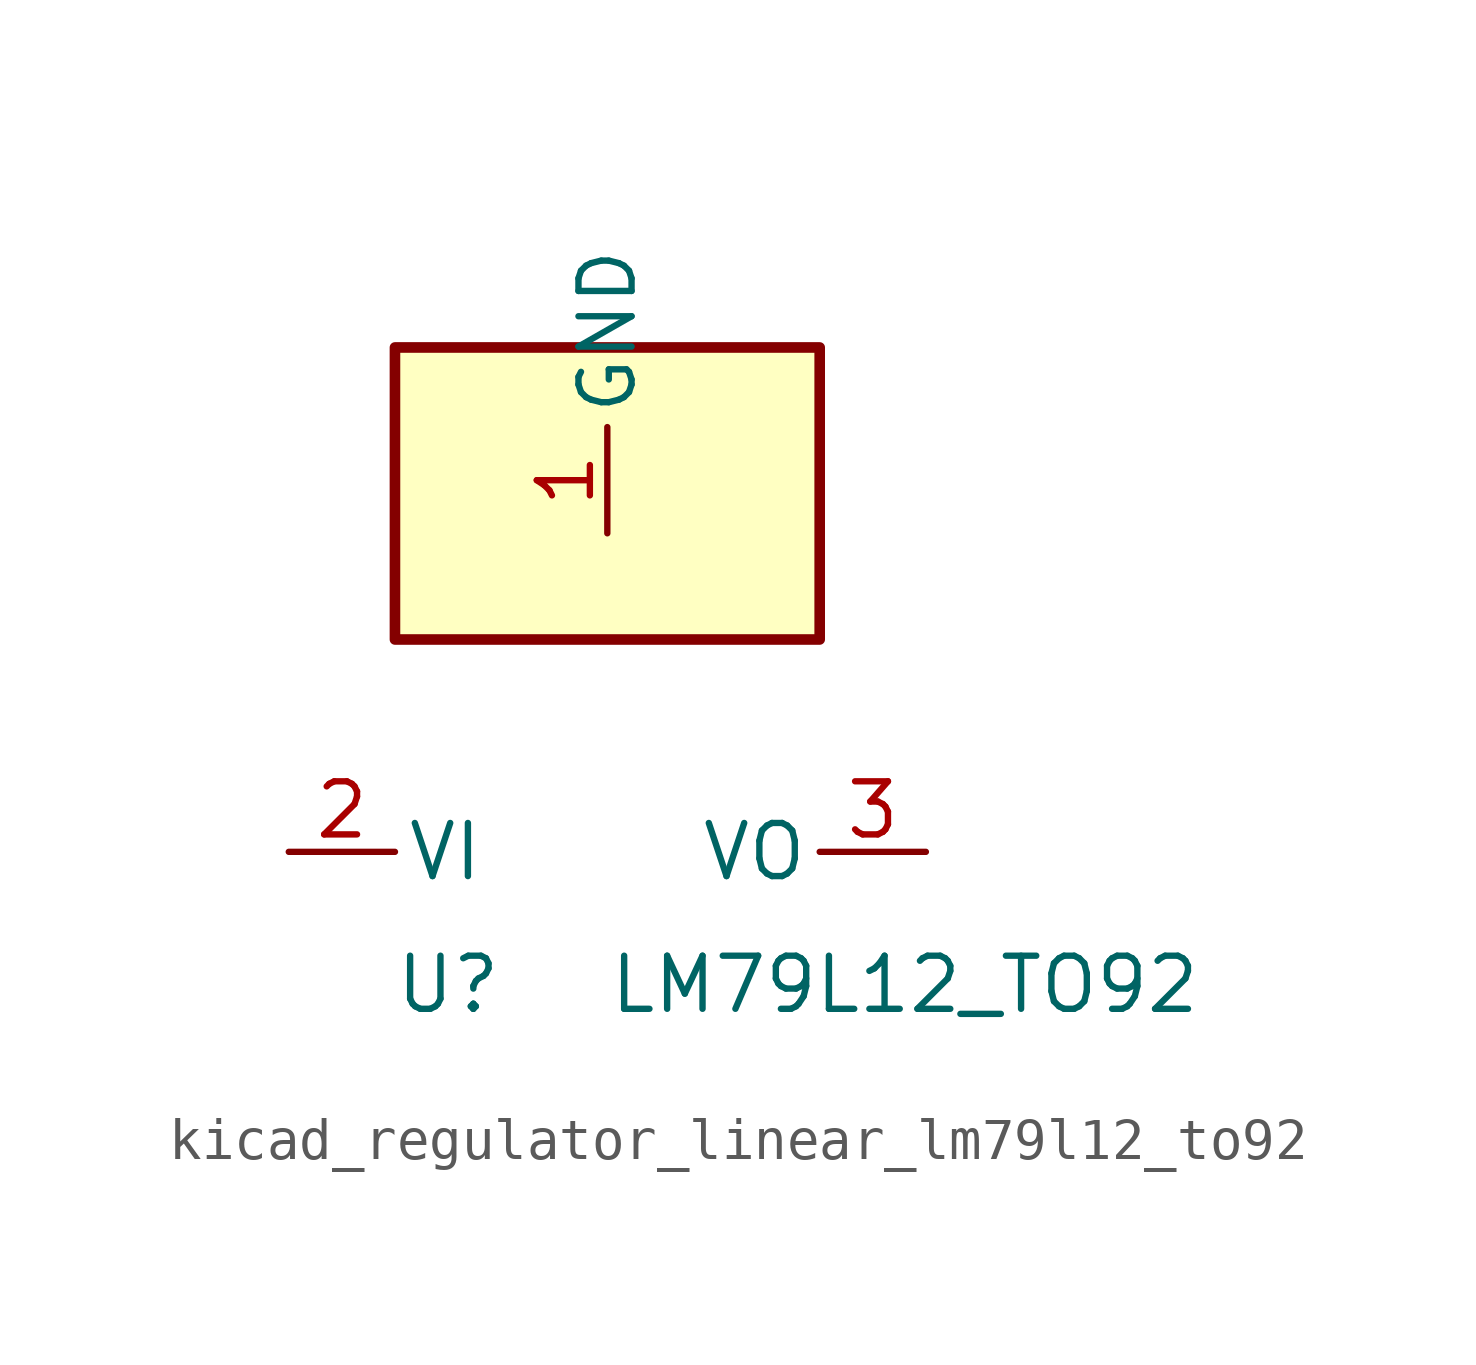
<source format=kicad_sym>
(kicad_symbol_lib
  (version 20220914)
  (generator kicad_symbol_editor)
  (symbol "kicad_regulator_linear_lm79l12_to92"
    (pin_names
      (offset 0.254))
    (property "Reference" "U"
      (at -3.81 -3.175 0)
      (effects (font (size 1.27 1.27))))
    (property "Value" "LM79L12_TO92"
      (at 0 -3.175 0)
      (effects (font (size 1.27 1.27)) (justify left)))
    (symbol "kicad_regulator_linear_lm79l12_to92_0_1"
      (rectangle (start 5.08 12.065) (end -5.08 5.08) (stroke (width 0.254) (type default)) (fill (type background))))
    (symbol "kicad_regulator_linear_lm79l12_to92_1_1"
      (pin power_in line (at 0 7.62 90) (length 2.54) (name "GND" (effects (font (size 1.27 1.27)))) (number "1" (effects (font (size 1.27 1.27)))))
      (pin power_in line (at -7.62 0 0) (length 2.54) (name "VI" (effects (font (size 1.27 1.27)))) (number "2" (effects (font (size 1.27 1.27)))))
      (pin power_out line (at 7.62 0 180) (length 2.54) (name "VO" (effects (font (size 1.27 1.27)))) (number "3" (effects (font (size 1.27 1.27))))))))
</source>
